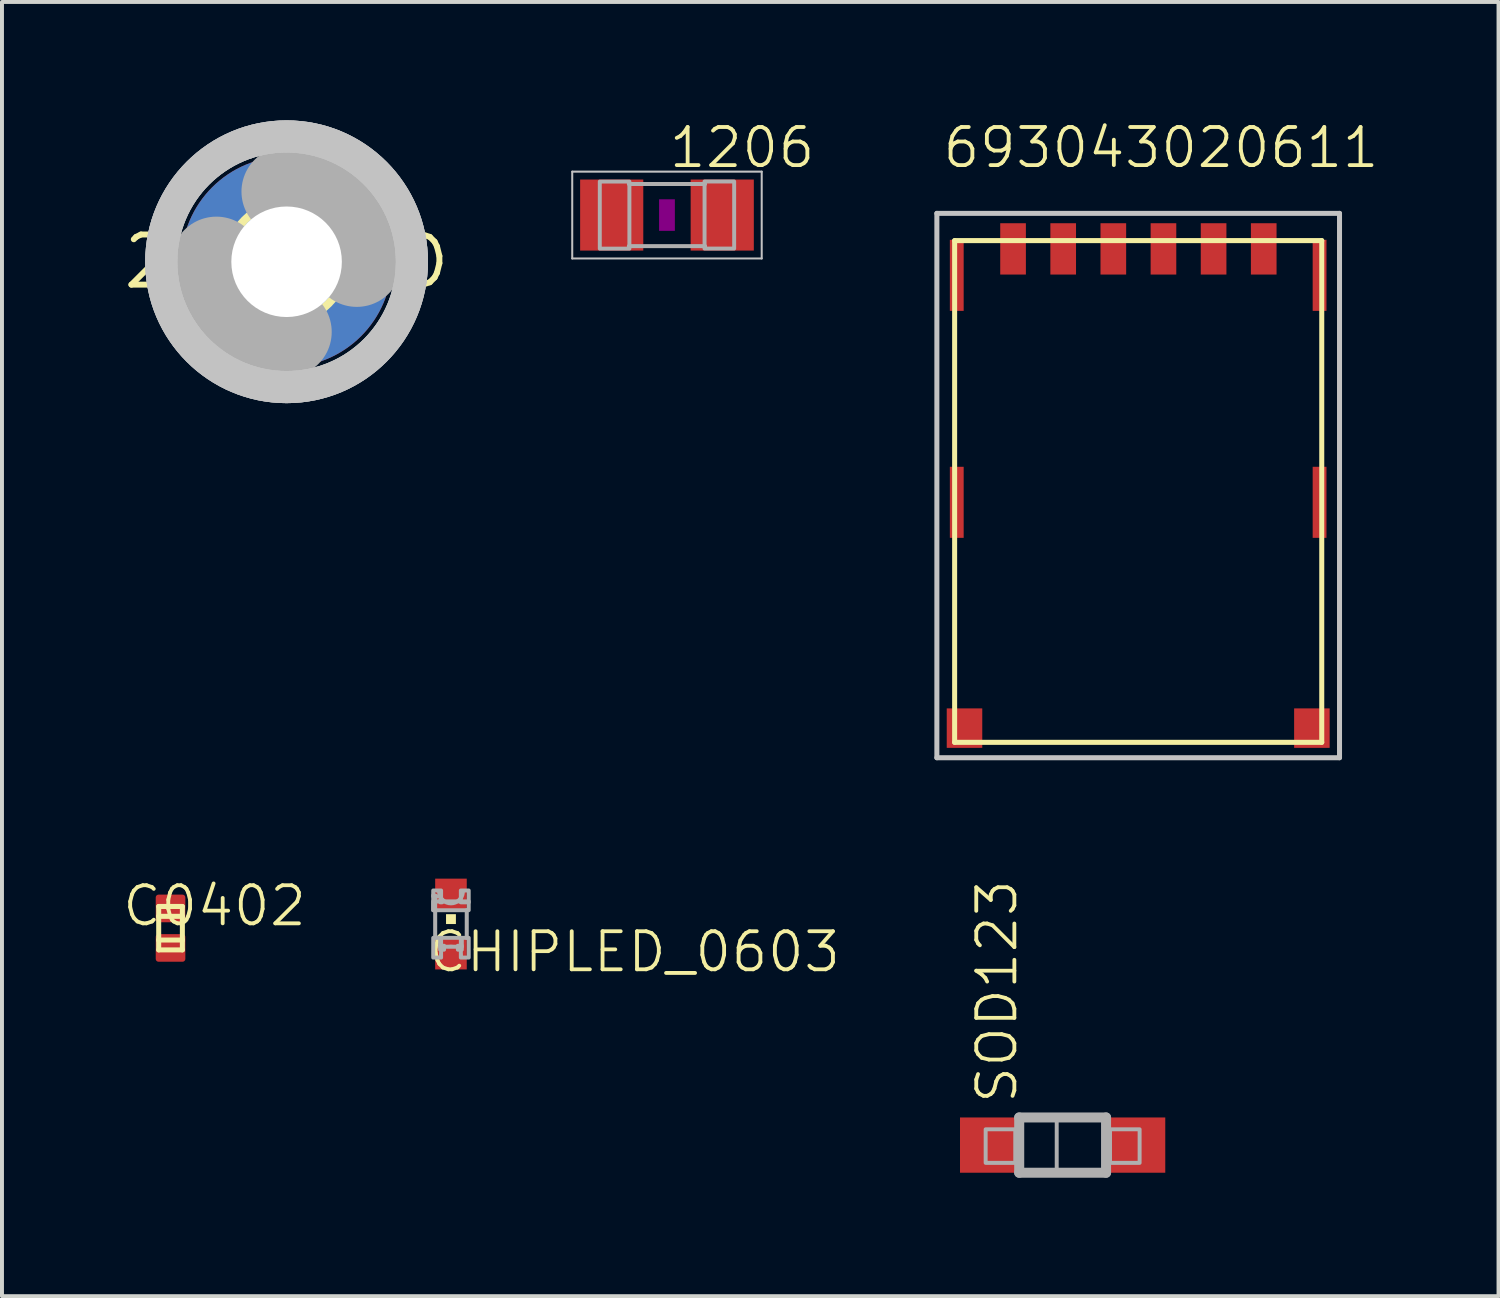
<source format=kicad_pcb>
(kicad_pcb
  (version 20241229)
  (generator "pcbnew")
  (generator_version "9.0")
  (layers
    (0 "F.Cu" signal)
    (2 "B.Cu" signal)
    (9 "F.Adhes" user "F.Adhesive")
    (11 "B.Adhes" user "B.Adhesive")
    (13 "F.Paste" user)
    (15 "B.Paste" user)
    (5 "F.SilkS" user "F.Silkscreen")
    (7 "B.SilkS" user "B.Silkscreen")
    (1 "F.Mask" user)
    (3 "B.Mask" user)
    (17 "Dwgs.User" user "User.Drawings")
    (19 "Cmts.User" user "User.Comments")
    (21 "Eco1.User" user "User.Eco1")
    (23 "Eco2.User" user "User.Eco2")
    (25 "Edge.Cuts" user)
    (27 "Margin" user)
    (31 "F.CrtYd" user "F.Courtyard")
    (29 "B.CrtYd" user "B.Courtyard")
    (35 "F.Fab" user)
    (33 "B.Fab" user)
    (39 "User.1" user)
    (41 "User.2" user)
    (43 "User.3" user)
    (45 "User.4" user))
  (footprint "SOD123"
    (layer "F.Cu")
    (at 23.869 25.958)
    (property "Reference" "SOD123" (at -1.1 -1 270) (layer "F.SilkS") (effects (font (size 0.965 0.965) (thickness 0.097)) (justify left bottom)))
    (attr through_hole)
    (fp_line (start -1.1 -0.7) (end 1.1 -0.7) (stroke (width 0.254) (type solid)) (layer "F.Fab"))
    (fp_line (start -1.1 0.7) (end -1.1 -0.7) (stroke (width 0.254) (type solid)) (layer "F.Fab"))
    (fp_line (start 1.1 -0.7) (end 1.1 0.7) (stroke (width 0.254) (type solid)) (layer "F.Fab"))
    (fp_line (start 1.1 0.7) (end -1.1 0.7) (stroke (width 0.254) (type solid)) (layer "F.Fab"))
    (fp_poly (pts (xy -1.95 0.45) (xy -1.2 0.45) (xy -1.2 -0.4) (xy -1.95 -0.4)) (stroke (width 0.1) (type solid)) (fill no) (layer "F.Fab"))
    (fp_poly (pts (xy -1.05 0.65) (xy -0.15 0.65) (xy -0.15 -0.7) (xy -1.05 -0.7)) (stroke (width 0.1) (type solid)) (fill no) (layer "F.Fab"))
    (fp_poly (pts (xy 1.2 0.45) (xy 1.95 0.45) (xy 1.95 -0.4) (xy 1.2 -0.4)) (stroke (width 0.1) (type solid)) (fill no) (layer "F.Fab"))
    (pad "A" smd rect (at 1.9 0) (size 1.4 1.4) (layers "F.Cu" "F.Mask" "F.Paste"))
    (pad "C" smd rect (at -1.9 0) (size 1.4 1.4) (layers "F.Cu" "F.Mask" "F.Paste")))
  (footprint "C0402"
    (layer "F.Cu")
    (at 1.27 20.463)
    (property "Reference" "C0402" (at -1.27 0 0) (layer "F.SilkS") (effects (font (size 0.965 0.965) (thickness 0.097)) (justify left bottom)))
    (attr through_hole)
    (fp_line (start -0.3 -0.55) (end -0.3 -0.3) (stroke (width 0.127) (type solid)) (layer "F.SilkS"))
    (fp_line (start -0.3 -0.55) (end 0.3 -0.55) (stroke (width 0.127) (type solid)) (layer "F.SilkS"))
    (fp_line (start -0.3 -0.3) (end -0.3 0.3) (stroke (width 0.127) (type solid)) (layer "F.SilkS"))
    (fp_line (start -0.3 -0.3) (end 0.3 -0.3) (stroke (width 0.127) (type solid)) (layer "F.SilkS"))
    (fp_line (start -0.3 0.3) (end -0.3 0.55) (stroke (width 0.127) (type solid)) (layer "F.SilkS"))
    (fp_line (start -0.3 0.3) (end 0.3 0.3) (stroke (width 0.127) (type solid)) (layer "F.SilkS"))
    (fp_line (start -0.3 0.55) (end 0.3 0.55) (stroke (width 0.127) (type solid)) (layer "F.SilkS"))
    (fp_line (start 0.3 -0.55) (end 0.3 -0.3) (stroke (width 0.127) (type solid)) (layer "F.SilkS"))
    (fp_line (start 0.3 -0.3) (end 0.3 0.3) (stroke (width 0.127) (type solid)) (layer "F.SilkS"))
    (fp_line (start 0.3 0.3) (end 0.3 0.55) (stroke (width 0.127) (type solid)) (layer "F.SilkS"))
    (pad "1" smd roundrect (at 0 -0.5) (size 0.75 0.7) (layers "F.Cu" "F.Mask" "F.Paste") (roundrect_rratio 0.1))
    (pad "2" smd roundrect (at 0 0.5) (size 0.75 0.7) (layers "F.Cu" "F.Mask" "F.Paste") (roundrect_rratio 0.1)))
  (footprint "2,8-PAD"
    (layer "F.Cu")
    (at 4.21 3.581)
    (property "Reference" "2,8-PAD" (at 0 0 0) (layer "F.SilkS") (effects (font (size 1.27 1.27) (thickness 0.15))))
    (attr through_hole)
    (fp_line (start 0 -2.921) (end 0 -2.667) (stroke (width 0.051) (type solid)) (layer "F.SilkS"))
    (fp_line (start 0 2.667) (end 0 2.921) (stroke (width 0.051) (type solid)) (layer "F.SilkS"))
    (fp_circle (center 0 0) (end 1.5 0) (stroke (width 0.203) (type solid)) (fill no) (layer "F.SilkS"))
    (fp_circle (center 0 0) (end 2.921 0) (stroke (width 0.152) (type solid)) (fill no) (layer "F.SilkS"))
    (fp_circle (center 0 0) (end 3.175 0) (stroke (width 0.813) (type solid)) (fill no) (layer "Dwgs.User"))
    (fp_circle (center 0 0) (end 3.175 0) (stroke (width 0.813) (type solid)) (fill no) (layer "Dwgs.User"))
    (fp_circle (center 0 0) (end 3.175 0) (stroke (width 0.813) (type solid)) (fill no) (layer "Dwgs.User"))
    (fp_arc (start 0 -1.778) (mid 1.257236 -1.257236) (end 1.778 0) (stroke (width 2.286) (type solid)) (layer "F.Fab"))
    (fp_arc (start 0 1.778) (mid -1.257236 1.257236) (end -1.778 0) (stroke (width 2.286) (type solid)) (layer "F.Fab"))
    (fp_circle (center 0 0) (end 0.635 0) (stroke (width 0.457) (type solid)) (fill no) (layer "F.Fab"))
    (pad "B2,8" thru_hole circle (at 0 0) (size 5.334 5.334) (drill 2.8) (layers "*.Cu" "*.Mask")))
  (footprint "1206"
    (layer "F.Cu")
    (at 13.846 2.398)
    (property "Reference" "1206" (at 0 -1.143 180) (layer "F.SilkS") (effects (font (size 0.965 0.965) (thickness 0.097)) (justify left bottom)))
    (attr through_hole)
    (fp_poly (pts (xy -0.2 0.4) (xy 0.2 0.4) (xy 0.2 -0.4) (xy -0.2 -0.4)) (stroke (width 0) (type solid)) (fill yes) (layer "F.Adhes"))
    (fp_line (start -2.4 -1.1) (end 2.4 -1.1) (stroke (width 0.051) (type solid)) (layer "Dwgs.User"))
    (fp_line (start -2.4 1.1) (end -2.4 -1.1) (stroke (width 0.051) (type solid)) (layer "Dwgs.User"))
    (fp_line (start 2.4 -1.1) (end 2.4 1.1) (stroke (width 0.051) (type solid)) (layer "Dwgs.User"))
    (fp_line (start 2.4 1.1) (end -2.4 1.1) (stroke (width 0.051) (type solid)) (layer "Dwgs.User"))
    (fp_line (start -0.965 -0.787) (end 0.965 -0.787) (stroke (width 0.102) (type solid)) (layer "F.Fab"))
    (fp_line (start -0.965 0.787) (end 0.965 0.787) (stroke (width 0.102) (type solid)) (layer "F.Fab"))
    (fp_poly (pts (xy -1.702 0.851) (xy -0.952 0.851) (xy -0.952 -0.849) (xy -1.702 -0.849)) (stroke (width 0.1) (type solid)) (fill no) (layer "F.Fab"))
    (fp_poly (pts (xy 0.952 0.849) (xy 1.702 0.849) (xy 1.702 -0.851) (xy 0.952 -0.851)) (stroke (width 0.1) (type solid)) (fill no) (layer "F.Fab"))
    (pad "1" smd rect (at -1.4 0) (size 1.6 1.8) (layers "F.Cu" "F.Mask" "F.Paste"))
    (pad "2" smd rect (at 1.4 0) (size 1.6 1.8) (layers "F.Cu" "F.Mask" "F.Paste")))
  (footprint "693043020611"
    (layer "F.Cu")
    (at 25.783 3.255)
    (property "Reference" "693043020611" (at -5 -2 0) (layer "F.SilkS") (effects (font (size 0.965 0.965) (thickness 0.097)) (justify left bottom)))
    (attr through_hole)
    (fp_line (start -4.65 -0.21) (end 4.65 -0.21) (stroke (width 0.127) (type solid)) (layer "F.SilkS"))
    (fp_line (start -4.65 12.5) (end -4.65 -0.21) (stroke (width 0.127) (type solid)) (layer "F.SilkS"))
    (fp_line (start 4.65 -0.21) (end 4.65 12.5) (stroke (width 0.127) (type solid)) (layer "F.SilkS"))
    (fp_line (start 4.65 12.5) (end -4.65 12.5) (stroke (width 0.127) (type solid)) (layer "F.SilkS"))
    (fp_line (start -5.1 -0.9) (end -5.1 12.89) (stroke (width 0.127) (type solid)) (layer "Dwgs.User"))
    (fp_line (start -5.1 12.89) (end 5.1 12.89) (stroke (width 0.127) (type solid)) (layer "Dwgs.User"))
    (fp_line (start 5.1 -0.9) (end -5.1 -0.9) (stroke (width 0.127) (type solid)) (layer "Dwgs.User"))
    (fp_line (start 5.1 12.89) (end 5.1 -0.9) (stroke (width 0.127) (type solid)) (layer "Dwgs.User"))
    (pad "C1" smd rect (at 1.91 0) (size 0.65 1.3) (layers "F.Cu" "F.Mask" "F.Paste"))
    (pad "C2" smd rect (at -0.63 0) (size 0.65 1.3) (layers "F.Cu" "F.Mask" "F.Paste"))
    (pad "C3" smd rect (at -1.9 0) (size 0.65 1.3) (layers "F.Cu" "F.Mask" "F.Paste"))
    (pad "C5" smd rect (at 3.18 0) (size 0.65 1.3) (layers "F.Cu" "F.Mask" "F.Paste"))
    (pad "C6" smd rect (at 0.64 0) (size 0.65 1.3) (layers "F.Cu" "F.Mask" "F.Paste"))
    (pad "C7" smd rect (at -3.17 0) (size 0.65 1.3) (layers "F.Cu" "F.Mask" "F.Paste"))
    (pad "Z1" smd rect (at 4.4 12.14 90) (size 1 0.9) (layers "F.Cu" "F.Mask" "F.Paste"))
    (pad "Z2" smd rect (at 4.595 6.42) (size 0.35 1.8) (layers "F.Cu" "F.Mask" "F.Paste"))
    (pad "Z3" smd rect (at 4.595 0.67) (size 0.35 1.8) (layers "F.Cu" "F.Mask" "F.Paste"))
    (pad "Z4" smd rect (at -4.596 0.67) (size 0.35 1.8) (layers "F.Cu" "F.Mask" "F.Paste"))
    (pad "Z5" smd rect (at -4.596 6.42) (size 0.35 1.8) (layers "F.Cu" "F.Mask" "F.Paste"))
    (pad "Z6" smd rect (at -4.4 12.14 90) (size 1 0.9) (layers "F.Cu" "F.Mask" "F.Paste")))
  (footprint "CHIPLED_0603"
    (layer "F.Cu")
    (at 8.374 20.358)
    (property "Reference" "CHIPLED_0603" (at -0.635 1.27 180) (layer "F.SilkS") (effects (font (size 0.965 0.965) (thickness 0.097)) (justify left bottom)))
    (attr through_hole)
    (fp_poly (pts (xy -0.125 0) (xy 0.125 0) (xy 0.125 -0.25) (xy -0.125 -0.25)) (stroke (width 0) (type solid)) (fill yes) (layer "F.SilkS"))
    (fp_line (start -0.4 -0.375) (end -0.4 0.35) (stroke (width 0.102) (type solid)) (layer "F.Fab"))
    (fp_line (start 0.4 -0.35) (end 0.4 0.35) (stroke (width 0.102) (type solid)) (layer "F.Fab"))
    (fp_arc (start -0.275 0.825) (mid 0 0.55) (end 0.275 0.825) (stroke (width 0.0508) (type solid)) (layer "F.Fab"))
    (fp_arc (start 0.3 -0.799998) (mid -0.000001 -0.524966) (end -0.3 -0.8) (stroke (width 0.1016) (type solid)) (layer "F.Fab"))
    (fp_circle (center -0.35 -0.625) (end -0.275 -0.625) (stroke (width 0.051) (type solid)) (fill no) (layer "F.Fab"))
    (fp_poly (pts (xy -0.45 -0.7) (xy -0.25 -0.7) (xy -0.25 -0.85) (xy -0.45 -0.85)) (stroke (width 0.1) (type solid)) (fill no) (layer "F.Fab"))
    (fp_poly (pts (xy -0.45 -0.35) (xy -0.4 -0.35) (xy -0.4 -0.725) (xy -0.45 -0.725)) (stroke (width 0.1) (type solid)) (fill no) (layer "F.Fab"))
    (fp_poly (pts (xy -0.45 -0.35) (xy 0.45 -0.35) (xy 0.45 -0.575) (xy -0.45 -0.575)) (stroke (width 0.1) (type solid)) (fill no) (layer "F.Fab"))
    (fp_poly (pts (xy -0.45 0.85) (xy -0.25 0.85) (xy -0.25 0.35) (xy -0.45 0.35)) (stroke (width 0.1) (type solid)) (fill no) (layer "F.Fab"))
    (fp_poly (pts (xy -0.275 -0.55) (xy -0.225 -0.55) (xy -0.225 -0.6) (xy -0.275 -0.6)) (stroke (width 0.1) (type solid)) (fill no) (layer "F.Fab"))
    (fp_poly (pts (xy -0.275 0.575) (xy 0.275 0.575) (xy 0.275 0.35) (xy -0.275 0.35)) (stroke (width 0.1) (type solid)) (fill no) (layer "F.Fab"))
    (fp_poly (pts (xy -0.275 0.65) (xy -0.175 0.65) (xy -0.175 0.55) (xy -0.275 0.55)) (stroke (width 0.1) (type solid)) (fill no) (layer "F.Fab"))
    (fp_poly (pts (xy 0.175 0.65) (xy 0.275 0.65) (xy 0.275 0.55) (xy 0.175 0.55)) (stroke (width 0.1) (type solid)) (fill no) (layer "F.Fab"))
    (fp_poly (pts (xy 0.25 -0.55) (xy 0.45 -0.55) (xy 0.45 -0.85) (xy 0.25 -0.85)) (stroke (width 0.1) (type solid)) (fill no) (layer "F.Fab"))
    (fp_poly (pts (xy 0.25 0.85) (xy 0.45 0.85) (xy 0.45 0.35) (xy 0.25 0.35)) (stroke (width 0.1) (type solid)) (fill no) (layer "F.Fab"))
    (pad "A" smd rect (at 0 0.75) (size 0.8 0.8) (layers "F.Cu" "F.Mask" "F.Paste"))
    (pad "C" smd rect (at 0 -0.75) (size 0.8 0.8) (layers "F.Cu" "F.Mask" "F.Paste")))
  (gr_rect
    (start -3 -3)
    (end 34.911 29.785)
    (stroke (width 0.1) (type default))
    (fill no)
    (layer "Edge.Cuts")))
</source>
